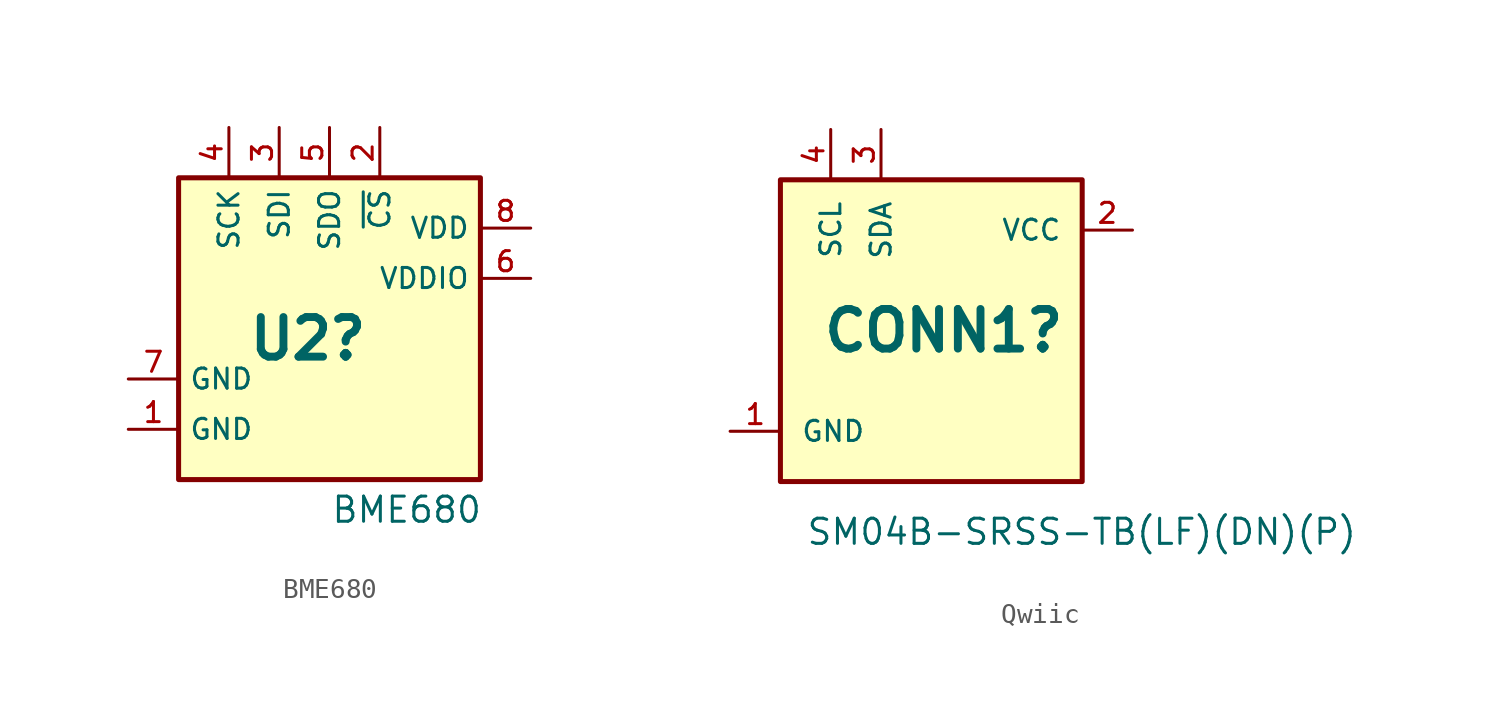
<source format=kicad_sym>
(kicad_symbol_lib
  (version 20231120)
  (generator "kicad_symbol_editor")
  (generator_version "8.0")
  (symbol "BME680"
    (property "Reference" "U2"
      (at 2.032 -0.508 0)
      (effects (font (size 2 2) (bold yes)) (justify right)))
    (property "Value" "BME680"
      (at 7.747 -9.144 0)
      (effects (font (size 1.27 1.27)) (justify right)))
    (symbol "BME680_0_1"
      (rectangle (start -7.62 7.62) (end 7.62 -7.62) (stroke (width 0.254) (type default)) (fill (type background))))
    (symbol "BME680_1_1"
      (pin power_in line (at -10.16 -5.08 0) (length 2.54) (name "GND" (effects (font (size 1.016 1.016)))) (number "1" (effects (font (size 1.016 1.016)))))
      (pin input line (at 2.54 10.16 270) (length 2.54) (name "~{CS}" (effects (font (size 1.016 1.016)))) (number "2" (effects (font (size 1.016 1.016)))))
      (pin input line (at -2.54 10.16 270) (length 2.54) (name "SDI" (effects (font (size 1.016 1.016)))) (number "3" (effects (font (size 1.016 1.016)))))
      (pin input line (at -5.08 10.16 270) (length 2.54) (name "SCK" (effects (font (size 1.016 1.016)))) (number "4" (effects (font (size 1.016 1.016)))))
      (pin output line (at 0 10.16 270) (length 2.54) (name "SDO" (effects (font (size 1.016 1.016)))) (number "5" (effects (font (size 1.016 1.016)))))
      (pin power_in line (at 10.16 2.54 180) (length 2.54) (name "VDDIO" (effects (font (size 1.016 1.016)))) (number "6" (effects (font (size 1.016 1.016)))))
      (pin power_in line (at -10.16 -2.54 0) (length 2.54) (name "GND" (effects (font (size 1.016 1.016)))) (number "7" (effects (font (size 1.016 1.016)))))
      (pin power_in line (at 10.16 5.08 180) (length 2.54) (name "VDD" (effects (font (size 1.016 1.016)))) (number "8" (effects (font (size 1.016 1.016)))))))
  (symbol "Qwiic"
    (pin_names
      (offset 1.016))
    (property "Reference" "CONN1"
      (at -5.588 0 0)
      (effects (font (size 2 2) (bold yes)) (justify left)))
    (property "Value" "SM04B-SRSS-TB(LF)(DN)(P)"
      (at -6.35 -10.16 0)
      (effects (font (size 1.27 1.27)) (justify left)))
    (symbol "Qwiic_0_0"
      (rectangle (start -7.62 7.62) (end 7.62 -7.62) (stroke (width 0.254) (type default)) (fill (type background))))
    (symbol "Qwiic_1_0"
      (pin power_in line (at -10.16 -5.08 0) (length 2.54) (name "GND" (effects (font (size 1.016 1.016)))) (number "1" (effects (font (size 1.016 1.016)))))
      (pin power_in line (at 10.16 5.08 180) (length 2.54) (name "VCC" (effects (font (size 1.016 1.016)))) (number "2" (effects (font (size 1.016 1.016)))))
      (pin bidirectional line (at -2.54 10.16 270) (length 2.54) (name "SDA" (effects (font (size 1.016 1.016)))) (number "3" (effects (font (size 1.016 1.016)))))
      (pin bidirectional line (at -5.08 10.16 270) (length 2.54) (name "SCL" (effects (font (size 1.016 1.016)))) (number "4" (effects (font (size 1.016 1.016))))))))
</source>
